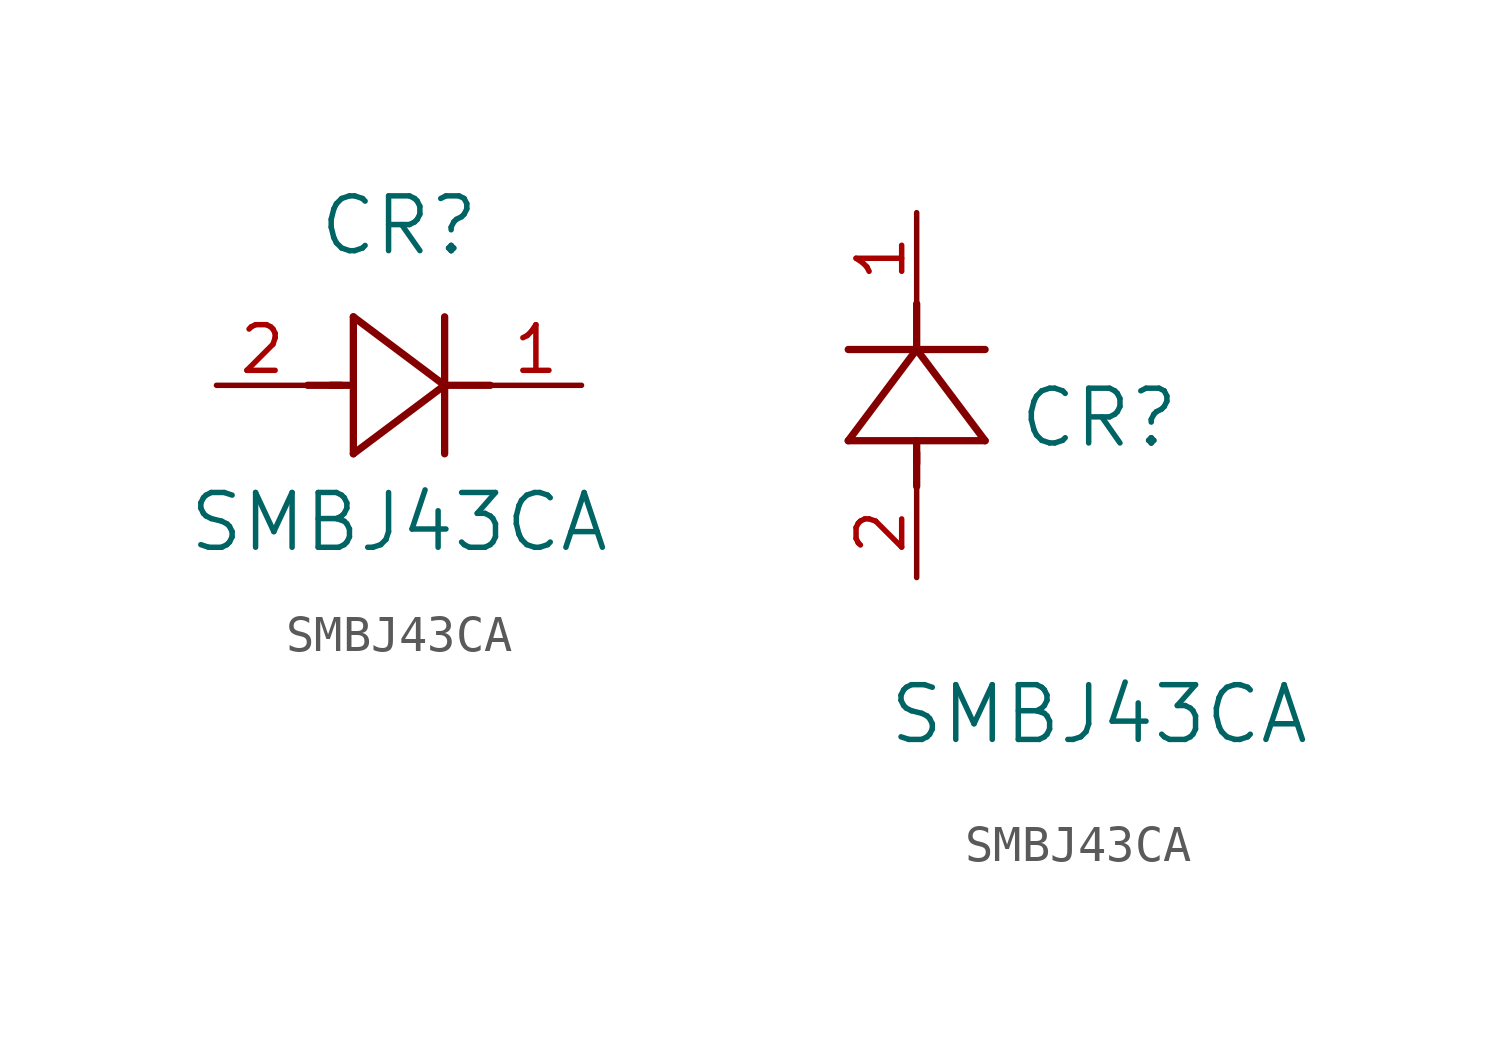
<source format=kicad_sym>
(kicad_symbol_lib
  (version 20211014)
  (generator kicad_symbol_editor)
  (symbol "SMBJ43CA"
    (pin_names
      (offset 0.254))
    (property "Reference" "CR"
      (at 5.08 4.445 0)
      (effects (font (size 1.524 1.524))))
    (property "Value" "SMBJ43CA"
      (at 5.08 -3.81 0)
      (effects (font (size 1.524 1.524))))
    (symbol "SMBJ43CA_1_1"
      (polyline (pts (xy 2.54 0) (xy 3.48 0)) (stroke (width .2032) (type default) (color 0 0 0 0)) (fill (type none)))
      (polyline (pts (xy 3.81 1.905) (xy 3.81 -1.905)) (stroke (width .2032) (type default) (color 0 0 0 0)) (fill (type none)))
      (polyline (pts (xy 3.175 0) (xy 3.81 0)) (stroke (width .2032) (type default) (color 0 0 0 0)) (fill (type none)))
      (polyline (pts (xy 6.35 -1.905) (xy 6.35 1.905)) (stroke (width .2032) (type default) (color 0 0 0 0)) (fill (type none)))
      (polyline (pts (xy 6.35 0) (xy 7.62 0)) (stroke (width .2032) (type default) (color 0 0 0 0)) (fill (type none)))
      (polyline (pts (xy 6.35 0) (xy 3.81 1.905)) (stroke (width .2032) (type default) (color 0 0 0 0)) (fill (type none)))
      (polyline (pts (xy 3.81 -1.905) (xy 6.35 0)) (stroke (width .2032) (type default) (color 0 0 0 0)) (fill (type none)))
      (pin unspecified line (at 0 0 0) (length 2.54) (name "" (effects (font (size 1.27 1.27)))) (number "2" (effects (font (size 1.27 1.27)))))
      (pin unspecified line (at 10.16 0 180) (length 2.54) (name "" (effects (font (size 1.27 1.27)))) (number "1" (effects (font (size 1.27 1.27))))))
    (symbol "SMBJ43CA_1_2"
      (polyline (pts (xy 0 2.54) (xy 0 3.48)) (stroke (width .2032) (type default) (color 0 0 0 0)) (fill (type none)))
      (polyline (pts (xy -1.905 3.81) (xy 1.905 3.81)) (stroke (width .2032) (type default) (color 0 0 0 0)) (fill (type none)))
      (polyline (pts (xy 0 3.175) (xy 0 3.81)) (stroke (width .2032) (type default) (color 0 0 0 0)) (fill (type none)))
      (polyline (pts (xy 1.905 6.35) (xy -1.905 6.35)) (stroke (width .2032) (type default) (color 0 0 0 0)) (fill (type none)))
      (polyline (pts (xy 0 6.35) (xy 0 7.62)) (stroke (width .2032) (type default) (color 0 0 0 0)) (fill (type none)))
      (polyline (pts (xy 0 6.35) (xy -1.905 3.81)) (stroke (width .2032) (type default) (color 0 0 0 0)) (fill (type none)))
      (polyline (pts (xy 1.905 3.81) (xy 0 6.35)) (stroke (width .2032) (type default) (color 0 0 0 0)) (fill (type none)))
      (pin unspecified line (at 0 0 90) (length 2.54) (name "" (effects (font (size 1.27 1.27)))) (number "2" (effects (font (size 1.27 1.27)))))
      (pin unspecified line (at 0 10.16 270) (length 2.54) (name "" (effects (font (size 1.27 1.27)))) (number "1" (effects (font (size 1.27 1.27))))))))
</source>
